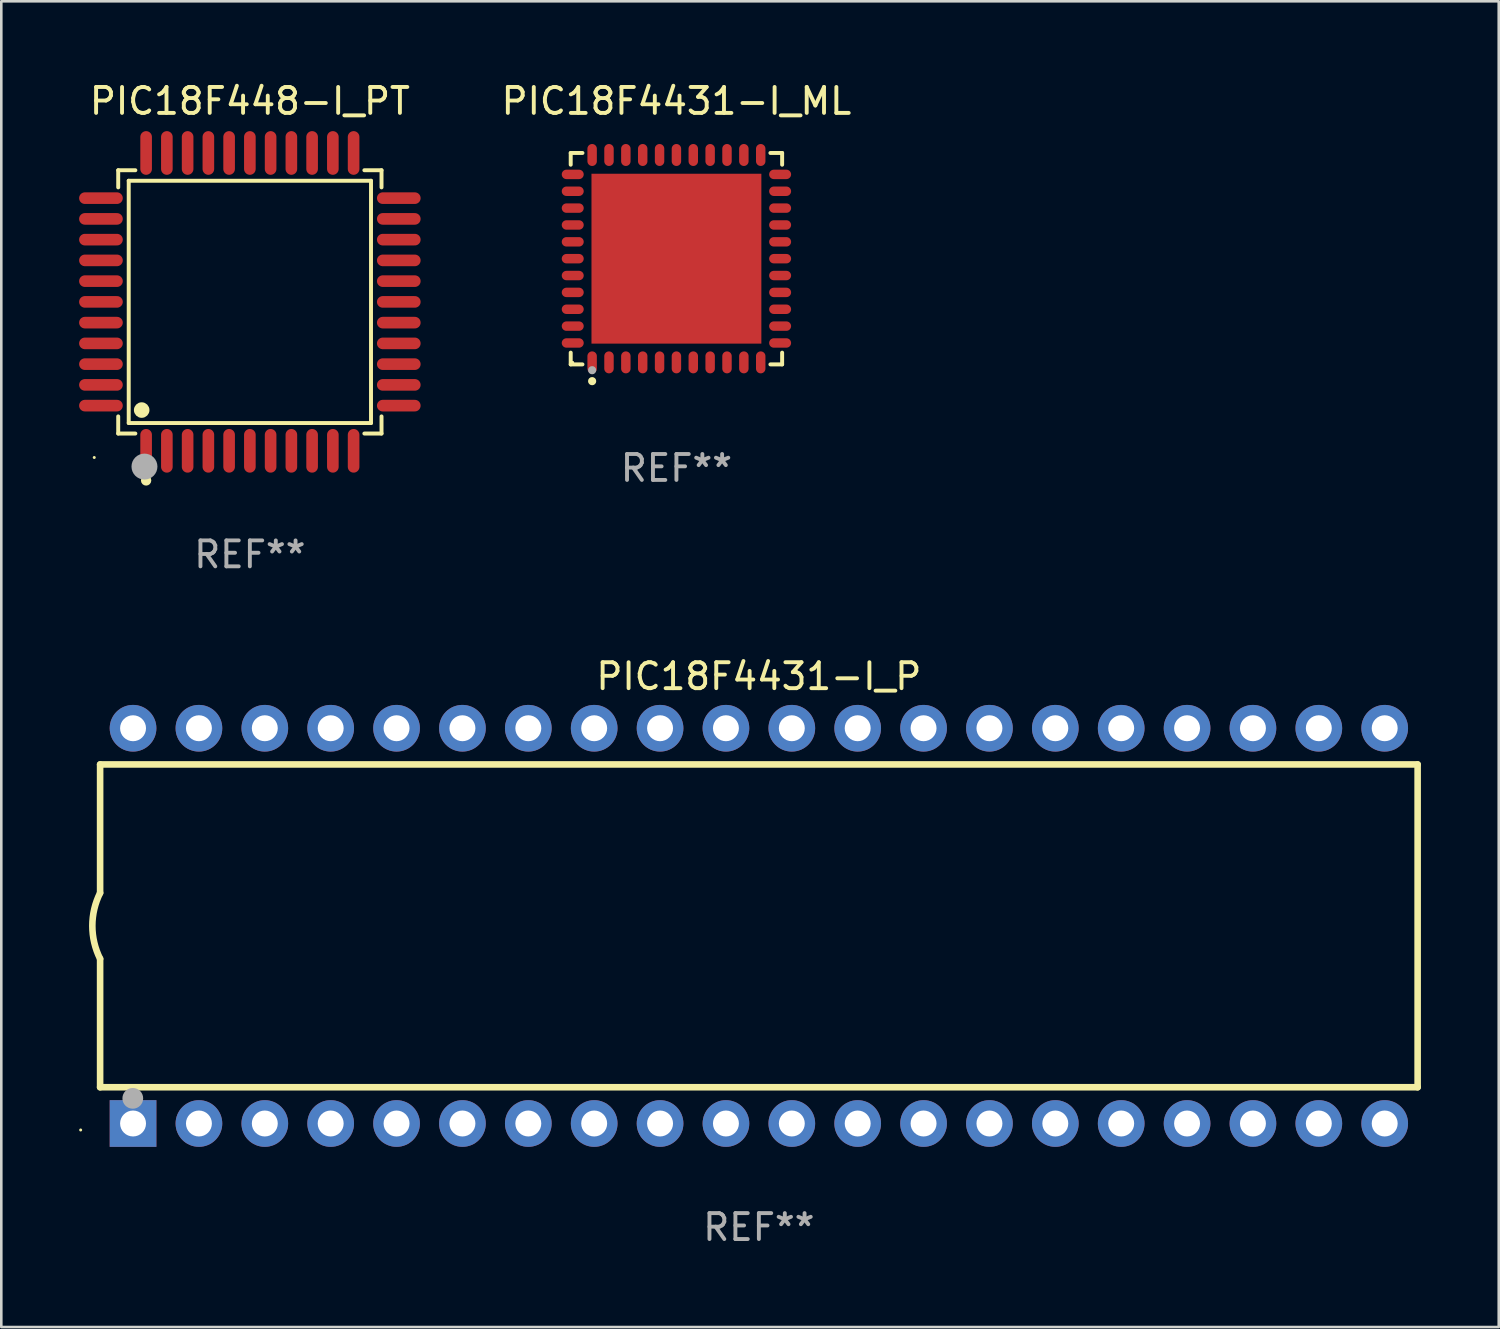
<source format=kicad_pcb>
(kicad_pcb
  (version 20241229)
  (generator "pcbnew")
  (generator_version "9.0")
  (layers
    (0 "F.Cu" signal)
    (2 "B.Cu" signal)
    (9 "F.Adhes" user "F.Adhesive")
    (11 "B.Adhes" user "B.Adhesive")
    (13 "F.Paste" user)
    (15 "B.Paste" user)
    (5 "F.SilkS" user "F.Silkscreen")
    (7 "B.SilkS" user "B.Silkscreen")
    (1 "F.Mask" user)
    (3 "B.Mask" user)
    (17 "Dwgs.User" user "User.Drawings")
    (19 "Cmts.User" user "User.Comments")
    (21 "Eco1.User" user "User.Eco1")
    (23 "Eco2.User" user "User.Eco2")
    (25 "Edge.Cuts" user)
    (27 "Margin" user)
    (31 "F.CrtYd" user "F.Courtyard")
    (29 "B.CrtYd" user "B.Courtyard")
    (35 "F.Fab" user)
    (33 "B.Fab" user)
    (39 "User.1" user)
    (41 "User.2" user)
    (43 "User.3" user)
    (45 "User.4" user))
  (footprint "PIC18F4431-I_ML"
    (layer "F.Cu")
    (at 23.031 6.924)
    (property "Reference" "PIC18F4431-I_ML" (at 0 -6.076 0) (layer "F.SilkS") (effects (font (size 1 1) (thickness 0.15))))
    (attr through_hole)
    (fp_line (start -4.076 -4.076) (end -3.623 -4.076) (stroke (width 0.152) (type solid)) (layer "F.SilkS"))
    (fp_line (start -4.076 -3.623) (end -4.076 -4.076) (stroke (width 0.152) (type solid)) (layer "F.SilkS"))
    (fp_line (start -4.076 3.623) (end -4.076 4.076) (stroke (width 0.152) (type solid)) (layer "F.SilkS"))
    (fp_line (start -4.076 4.076) (end -3.623 4.076) (stroke (width 0.152) (type solid)) (layer "F.SilkS"))
    (fp_line (start 4.076 -4.076) (end 3.623 -4.076) (stroke (width 0.152) (type solid)) (layer "F.SilkS"))
    (fp_line (start 4.076 -3.623) (end 4.076 -4.076) (stroke (width 0.152) (type solid)) (layer "F.SilkS"))
    (fp_line (start 4.076 3.623) (end 4.076 4.076) (stroke (width 0.152) (type solid)) (layer "F.SilkS"))
    (fp_line (start 4.076 4.076) (end 3.623 4.076) (stroke (width 0.152) (type solid)) (layer "F.SilkS"))
    (fp_circle (center -4 4) (end -3.97 4) (stroke (width 0.06) (type solid)) (fill no) (layer "F.SilkS"))
    (fp_circle (center -3.25 4.722) (end -3.171 4.722) (stroke (width 0.158) (type solid)) (fill no) (layer "F.SilkS"))
    (fp_circle (center -3.25 4.3) (end -3.171 4.3) (stroke (width 0.158) (type solid)) (fill no) (layer "F.Fab"))
    (fp_text user "REF**" (at 0 8.076 0) (layer "F.Fab") (effects (font (size 1 1) (thickness 0.15))))
    (pad "1" smd oval (at -3.25 3.998) (size 0.364 0.847) (layers "F.Cu" "F.Mask" "F.Paste"))
    (pad "2" smd oval (at -2.6 3.998) (size 0.364 0.847) (layers "F.Cu" "F.Mask" "F.Paste"))
    (pad "3" smd oval (at -1.95 3.998) (size 0.364 0.847) (layers "F.Cu" "F.Mask" "F.Paste"))
    (pad "4" smd oval (at -1.3 3.998) (size 0.364 0.847) (layers "F.Cu" "F.Mask" "F.Paste"))
    (pad "5" smd oval (at -0.65 3.998) (size 0.364 0.847) (layers "F.Cu" "F.Mask" "F.Paste"))
    (pad "6" smd oval (at 0 3.998) (size 0.364 0.847) (layers "F.Cu" "F.Mask" "F.Paste"))
    (pad "7" smd oval (at 0.65 3.998) (size 0.364 0.847) (layers "F.Cu" "F.Mask" "F.Paste"))
    (pad "8" smd oval (at 1.3 3.998) (size 0.364 0.847) (layers "F.Cu" "F.Mask" "F.Paste"))
    (pad "9" smd oval (at 1.95 3.998) (size 0.364 0.847) (layers "F.Cu" "F.Mask" "F.Paste"))
    (pad "10" smd oval (at 2.6 3.998) (size 0.364 0.847) (layers "F.Cu" "F.Mask" "F.Paste"))
    (pad "11" smd oval (at 3.25 3.998) (size 0.364 0.847) (layers "F.Cu" "F.Mask" "F.Paste"))
    (pad "12" smd oval (at 3.998 3.25) (size 0.847 0.364) (layers "F.Cu" "F.Mask" "F.Paste"))
    (pad "13" smd oval (at 3.998 2.6) (size 0.847 0.364) (layers "F.Cu" "F.Mask" "F.Paste"))
    (pad "14" smd oval (at 3.998 1.95) (size 0.847 0.364) (layers "F.Cu" "F.Mask" "F.Paste"))
    (pad "15" smd oval (at 3.998 1.3) (size 0.847 0.364) (layers "F.Cu" "F.Mask" "F.Paste"))
    (pad "16" smd oval (at 3.998 0.65) (size 0.847 0.364) (layers "F.Cu" "F.Mask" "F.Paste"))
    (pad "17" smd oval (at 3.998 0) (size 0.847 0.364) (layers "F.Cu" "F.Mask" "F.Paste"))
    (pad "18" smd oval (at 3.998 -0.65) (size 0.847 0.364) (layers "F.Cu" "F.Mask" "F.Paste"))
    (pad "19" smd oval (at 3.998 -1.3) (size 0.847 0.364) (layers "F.Cu" "F.Mask" "F.Paste"))
    (pad "20" smd oval (at 3.998 -1.95) (size 0.847 0.364) (layers "F.Cu" "F.Mask" "F.Paste"))
    (pad "21" smd oval (at 3.998 -2.6) (size 0.847 0.364) (layers "F.Cu" "F.Mask" "F.Paste"))
    (pad "22" smd oval (at 3.998 -3.25) (size 0.847 0.364) (layers "F.Cu" "F.Mask" "F.Paste"))
    (pad "23" smd oval (at 3.25 -3.998) (size 0.364 0.847) (layers "F.Cu" "F.Mask" "F.Paste"))
    (pad "24" smd oval (at 2.6 -3.998) (size 0.364 0.847) (layers "F.Cu" "F.Mask" "F.Paste"))
    (pad "25" smd oval (at 1.95 -3.998) (size 0.364 0.847) (layers "F.Cu" "F.Mask" "F.Paste"))
    (pad "26" smd oval (at 1.3 -3.998) (size 0.364 0.847) (layers "F.Cu" "F.Mask" "F.Paste"))
    (pad "27" smd oval (at 0.65 -3.998) (size 0.364 0.847) (layers "F.Cu" "F.Mask" "F.Paste"))
    (pad "28" smd oval (at 0 -3.998) (size 0.364 0.847) (layers "F.Cu" "F.Mask" "F.Paste"))
    (pad "29" smd oval (at -0.65 -3.998) (size 0.364 0.847) (layers "F.Cu" "F.Mask" "F.Paste"))
    (pad "30" smd oval (at -1.3 -3.998) (size 0.364 0.847) (layers "F.Cu" "F.Mask" "F.Paste"))
    (pad "31" smd oval (at -1.95 -3.998) (size 0.364 0.847) (layers "F.Cu" "F.Mask" "F.Paste"))
    (pad "32" smd oval (at -2.6 -3.998) (size 0.364 0.847) (layers "F.Cu" "F.Mask" "F.Paste"))
    (pad "33" smd oval (at -3.25 -3.998) (size 0.364 0.847) (layers "F.Cu" "F.Mask" "F.Paste"))
    (pad "34" smd oval (at -3.998 -3.25) (size 0.847 0.364) (layers "F.Cu" "F.Mask" "F.Paste"))
    (pad "35" smd oval (at -3.998 -2.6) (size 0.847 0.364) (layers "F.Cu" "F.Mask" "F.Paste"))
    (pad "36" smd oval (at -3.998 -1.95) (size 0.847 0.364) (layers "F.Cu" "F.Mask" "F.Paste"))
    (pad "37" smd oval (at -3.998 -1.3) (size 0.847 0.364) (layers "F.Cu" "F.Mask" "F.Paste"))
    (pad "38" smd oval (at -3.998 -0.65) (size 0.847 0.364) (layers "F.Cu" "F.Mask" "F.Paste"))
    (pad "39" smd oval (at -3.998 0) (size 0.847 0.364) (layers "F.Cu" "F.Mask" "F.Paste"))
    (pad "40" smd oval (at -3.998 0.65) (size 0.847 0.364) (layers "F.Cu" "F.Mask" "F.Paste"))
    (pad "41" smd oval (at -3.998 1.3) (size 0.847 0.364) (layers "F.Cu" "F.Mask" "F.Paste"))
    (pad "42" smd oval (at -3.998 1.95) (size 0.847 0.364) (layers "F.Cu" "F.Mask" "F.Paste"))
    (pad "43" smd oval (at -3.998 2.6) (size 0.847 0.364) (layers "F.Cu" "F.Mask" "F.Paste"))
    (pad "44" smd oval (at -3.998 3.25) (size 0.847 0.364) (layers "F.Cu" "F.Mask" "F.Paste"))
    (pad "45" smd rect (at 0 0) (size 6.55 6.55) (layers "F.Cu" "F.Mask" "F.Paste")))
  (footprint "PIC18F4431-I_P"
    (layer "F.Cu")
    (at 26.21 32.649)
    (property "Reference" "PIC18F4431-I_P" (at 0 -9.62 0) (layer "F.SilkS") (effects (font (size 1 1) (thickness 0.15))))
    (attr through_hole)
    (fp_line (start -25.4 -6.224) (end -25.4 -1.271) (stroke (width 0.254) (type solid)) (layer "F.SilkS"))
    (fp_line (start -25.4 -6.224) (end 25.4 -6.224) (stroke (width 0.254) (type solid)) (layer "F.SilkS"))
    (fp_line (start -25.4 1.269) (end -25.4 6.222) (stroke (width 0.254) (type solid)) (layer "F.SilkS"))
    (fp_line (start -25.4 6.222) (end 25.4 6.222) (stroke (width 0.254) (type solid)) (layer "F.SilkS"))
    (fp_line (start 25.4 6.222) (end 25.4 -6.224) (stroke (width 0.254) (type solid)) (layer "F.SilkS"))
    (fp_arc (start -25.4 1.269241) (mid -25.699807 -0.000762) (end -25.4 -1.270765) (stroke (width 0.254001) (type solid)) (layer "F.SilkS"))
    (fp_circle (center -26.15 7.87) (end -26.12 7.87) (stroke (width 0.06) (type solid)) (fill no) (layer "F.SilkS"))
    (fp_circle (center -24.14 6.65) (end -23.94 6.65) (stroke (width 0.4) (type solid)) (fill no) (layer "F.Fab"))
    (fp_text user "REF**" (at 0 11.62 0) (layer "F.Fab") (effects (font (size 1 1) (thickness 0.15))))
    (pad "1" thru_hole rect (at -24.13 7.62 90) (size 1.8 1.8) (drill 1) (layers "*.Cu" "*.Mask"))
    (pad "2" thru_hole circle (at -21.59 7.62) (size 1.8 1.8) (drill 1) (layers "*.Cu" "*.Mask"))
    (pad "3" thru_hole circle (at -19.05 7.62) (size 1.8 1.8) (drill 1) (layers "*.Cu" "*.Mask"))
    (pad "4" thru_hole circle (at -16.51 7.62) (size 1.8 1.8) (drill 1) (layers "*.Cu" "*.Mask"))
    (pad "5" thru_hole circle (at -13.97 7.62) (size 1.8 1.8) (drill 1) (layers "*.Cu" "*.Mask"))
    (pad "6" thru_hole circle (at -11.43 7.62) (size 1.8 1.8) (drill 1) (layers "*.Cu" "*.Mask"))
    (pad "7" thru_hole circle (at -8.89 7.62) (size 1.8 1.8) (drill 1) (layers "*.Cu" "*.Mask"))
    (pad "8" thru_hole circle (at -6.35 7.62) (size 1.8 1.8) (drill 1) (layers "*.Cu" "*.Mask"))
    (pad "9" thru_hole circle (at -3.81 7.62) (size 1.8 1.8) (drill 1) (layers "*.Cu" "*.Mask"))
    (pad "10" thru_hole circle (at -1.27 7.62) (size 1.8 1.8) (drill 1) (layers "*.Cu" "*.Mask"))
    (pad "11" thru_hole circle (at 1.27 7.62) (size 1.8 1.8) (drill 1) (layers "*.Cu" "*.Mask"))
    (pad "12" thru_hole circle (at 3.81 7.62) (size 1.8 1.8) (drill 1) (layers "*.Cu" "*.Mask"))
    (pad "13" thru_hole circle (at 6.35 7.62) (size 1.8 1.8) (drill 1) (layers "*.Cu" "*.Mask"))
    (pad "14" thru_hole circle (at 8.89 7.62) (size 1.8 1.8) (drill 1) (layers "*.Cu" "*.Mask"))
    (pad "15" thru_hole circle (at 11.43 7.62) (size 1.8 1.8) (drill 1) (layers "*.Cu" "*.Mask"))
    (pad "16" thru_hole circle (at 13.97 7.62) (size 1.8 1.8) (drill 1) (layers "*.Cu" "*.Mask"))
    (pad "17" thru_hole circle (at 16.51 7.62) (size 1.8 1.8) (drill 1) (layers "*.Cu" "*.Mask"))
    (pad "18" thru_hole circle (at 19.05 7.62) (size 1.8 1.8) (drill 1) (layers "*.Cu" "*.Mask"))
    (pad "19" thru_hole circle (at 21.59 7.62) (size 1.8 1.8) (drill 1) (layers "*.Cu" "*.Mask"))
    (pad "20" thru_hole circle (at 24.13 7.62) (size 1.8 1.8) (drill 1) (layers "*.Cu" "*.Mask"))
    (pad "21" thru_hole circle (at 24.13 -7.62) (size 1.8 1.8) (drill 1) (layers "*.Cu" "*.Mask"))
    (pad "22" thru_hole circle (at 21.59 -7.62) (size 1.8 1.8) (drill 1) (layers "*.Cu" "*.Mask"))
    (pad "23" thru_hole circle (at 19.05 -7.62) (size 1.8 1.8) (drill 1) (layers "*.Cu" "*.Mask"))
    (pad "24" thru_hole circle (at 16.51 -7.62) (size 1.8 1.8) (drill 1) (layers "*.Cu" "*.Mask"))
    (pad "25" thru_hole circle (at 13.97 -7.62) (size 1.8 1.8) (drill 1) (layers "*.Cu" "*.Mask"))
    (pad "26" thru_hole circle (at 11.43 -7.62) (size 1.8 1.8) (drill 1) (layers "*.Cu" "*.Mask"))
    (pad "27" thru_hole circle (at 8.89 -7.62) (size 1.8 1.8) (drill 1) (layers "*.Cu" "*.Mask"))
    (pad "28" thru_hole circle (at 6.35 -7.62) (size 1.8 1.8) (drill 1) (layers "*.Cu" "*.Mask"))
    (pad "29" thru_hole circle (at 3.81 -7.62) (size 1.8 1.8) (drill 1) (layers "*.Cu" "*.Mask"))
    (pad "30" thru_hole circle (at 1.27 -7.62) (size 1.8 1.8) (drill 1) (layers "*.Cu" "*.Mask"))
    (pad "31" thru_hole circle (at -1.27 -7.62) (size 1.8 1.8) (drill 1) (layers "*.Cu" "*.Mask"))
    (pad "32" thru_hole circle (at -3.81 -7.62) (size 1.8 1.8) (drill 1) (layers "*.Cu" "*.Mask"))
    (pad "33" thru_hole circle (at -6.35 -7.62) (size 1.8 1.8) (drill 1) (layers "*.Cu" "*.Mask"))
    (pad "34" thru_hole circle (at -8.89 -7.62) (size 1.8 1.8) (drill 1) (layers "*.Cu" "*.Mask"))
    (pad "35" thru_hole circle (at -11.43 -7.62) (size 1.8 1.8) (drill 1) (layers "*.Cu" "*.Mask"))
    (pad "36" thru_hole circle (at -13.97 -7.62) (size 1.8 1.8) (drill 1) (layers "*.Cu" "*.Mask"))
    (pad "37" thru_hole circle (at -16.51 -7.62) (size 1.8 1.8) (drill 1) (layers "*.Cu" "*.Mask"))
    (pad "38" thru_hole circle (at -19.05 -7.62) (size 1.8 1.8) (drill 1) (layers "*.Cu" "*.Mask"))
    (pad "39" thru_hole circle (at -21.59 -7.62) (size 1.8 1.8) (drill 1) (layers "*.Cu" "*.Mask"))
    (pad "40" thru_hole circle (at -24.13 -7.62) (size 1.8 1.8) (drill 1) (layers "*.Cu" "*.Mask")))
  (footprint "PIC18F448-I_PT"
    (layer "F.Cu")
    (at 6.584 8.59)
    (property "Reference" "PIC18F448-I_PT" (at 0 -7.742 0) (layer "F.SilkS") (effects (font (size 1 1) (thickness 0.15))))
    (attr through_hole)
    (fp_line (start -5.076 -5.076) (end -4.415 -5.076) (stroke (width 0.152) (type solid)) (layer "F.SilkS"))
    (fp_line (start -5.076 -4.415) (end -5.076 -5.076) (stroke (width 0.152) (type solid)) (layer "F.SilkS"))
    (fp_line (start -5.076 4.415) (end -5.076 5.076) (stroke (width 0.152) (type solid)) (layer "F.SilkS"))
    (fp_line (start -5.076 5.076) (end -4.415 5.076) (stroke (width 0.152) (type solid)) (layer "F.SilkS"))
    (fp_line (start -4.671 -4.671) (end 4.671 -4.671) (stroke (width 0.152) (type solid)) (layer "F.SilkS"))
    (fp_line (start -4.671 4.671) (end -4.671 -4.671) (stroke (width 0.152) (type solid)) (layer "F.SilkS"))
    (fp_line (start 4.671 -4.671) (end 4.671 4.671) (stroke (width 0.152) (type solid)) (layer "F.SilkS"))
    (fp_line (start 4.671 4.671) (end -4.671 4.671) (stroke (width 0.152) (type solid)) (layer "F.SilkS"))
    (fp_line (start 5.076 -5.076) (end 4.415 -5.076) (stroke (width 0.152) (type solid)) (layer "F.SilkS"))
    (fp_line (start 5.076 -4.415) (end 5.076 -5.076) (stroke (width 0.152) (type solid)) (layer "F.SilkS"))
    (fp_line (start 5.076 4.415) (end 5.076 5.076) (stroke (width 0.152) (type solid)) (layer "F.SilkS"))
    (fp_line (start 5.076 5.076) (end 4.415 5.076) (stroke (width 0.152) (type solid)) (layer "F.SilkS"))
    (fp_circle (center -6 6) (end -5.97 6) (stroke (width 0.06) (type solid)) (fill no) (layer "F.SilkS"))
    (fp_circle (center -4.171 4.171) (end -4.021 4.171) (stroke (width 0.3) (type solid)) (fill no) (layer "F.SilkS"))
    (fp_circle (center -4 6.884) (end -3.9 6.884) (stroke (width 0.2) (type solid)) (fill no) (layer "F.SilkS"))
    (fp_circle (center -4.064 6.35) (end -3.814 6.35) (stroke (width 0.5) (type solid)) (fill no) (layer "F.Fab"))
    (fp_text user "REF**" (at 0 9.742 0) (layer "F.Fab") (effects (font (size 1 1) (thickness 0.15))))
    (pad "1" smd oval (at -4 5.742) (size 0.448 1.684) (layers "F.Cu" "F.Mask" "F.Paste"))
    (pad "2" smd oval (at -3.2 5.742) (size 0.448 1.684) (layers "F.Cu" "F.Mask" "F.Paste"))
    (pad "3" smd oval (at -2.4 5.742) (size 0.448 1.684) (layers "F.Cu" "F.Mask" "F.Paste"))
    (pad "4" smd oval (at -1.6 5.742) (size 0.448 1.684) (layers "F.Cu" "F.Mask" "F.Paste"))
    (pad "5" smd oval (at -0.8 5.742) (size 0.448 1.684) (layers "F.Cu" "F.Mask" "F.Paste"))
    (pad "6" smd oval (at 0 5.742) (size 0.448 1.684) (layers "F.Cu" "F.Mask" "F.Paste"))
    (pad "7" smd oval (at 0.8 5.742) (size 0.448 1.684) (layers "F.Cu" "F.Mask" "F.Paste"))
    (pad "8" smd oval (at 1.6 5.742) (size 0.448 1.684) (layers "F.Cu" "F.Mask" "F.Paste"))
    (pad "9" smd oval (at 2.4 5.742) (size 0.448 1.684) (layers "F.Cu" "F.Mask" "F.Paste"))
    (pad "10" smd oval (at 3.2 5.742) (size 0.448 1.684) (layers "F.Cu" "F.Mask" "F.Paste"))
    (pad "11" smd oval (at 4 5.742) (size 0.448 1.684) (layers "F.Cu" "F.Mask" "F.Paste"))
    (pad "12" smd oval (at 5.742 4) (size 1.684 0.448) (layers "F.Cu" "F.Mask" "F.Paste"))
    (pad "13" smd oval (at 5.742 3.2) (size 1.684 0.448) (layers "F.Cu" "F.Mask" "F.Paste"))
    (pad "14" smd oval (at 5.742 2.4) (size 1.684 0.448) (layers "F.Cu" "F.Mask" "F.Paste"))
    (pad "15" smd oval (at 5.742 1.6) (size 1.684 0.448) (layers "F.Cu" "F.Mask" "F.Paste"))
    (pad "16" smd oval (at 5.742 0.8) (size 1.684 0.448) (layers "F.Cu" "F.Mask" "F.Paste"))
    (pad "17" smd oval (at 5.742 0) (size 1.684 0.448) (layers "F.Cu" "F.Mask" "F.Paste"))
    (pad "18" smd oval (at 5.742 -0.8) (size 1.684 0.448) (layers "F.Cu" "F.Mask" "F.Paste"))
    (pad "19" smd oval (at 5.742 -1.6) (size 1.684 0.448) (layers "F.Cu" "F.Mask" "F.Paste"))
    (pad "20" smd oval (at 5.742 -2.4) (size 1.684 0.448) (layers "F.Cu" "F.Mask" "F.Paste"))
    (pad "21" smd oval (at 5.742 -3.2) (size 1.684 0.448) (layers "F.Cu" "F.Mask" "F.Paste"))
    (pad "22" smd oval (at 5.742 -4) (size 1.684 0.448) (layers "F.Cu" "F.Mask" "F.Paste"))
    (pad "23" smd oval (at 4 -5.742) (size 0.448 1.684) (layers "F.Cu" "F.Mask" "F.Paste"))
    (pad "24" smd oval (at 3.2 -5.742) (size 0.448 1.684) (layers "F.Cu" "F.Mask" "F.Paste"))
    (pad "25" smd oval (at 2.4 -5.742) (size 0.448 1.684) (layers "F.Cu" "F.Mask" "F.Paste"))
    (pad "26" smd oval (at 1.6 -5.742) (size 0.448 1.684) (layers "F.Cu" "F.Mask" "F.Paste"))
    (pad "27" smd oval (at 0.8 -5.742) (size 0.448 1.684) (layers "F.Cu" "F.Mask" "F.Paste"))
    (pad "28" smd oval (at 0 -5.742) (size 0.448 1.684) (layers "F.Cu" "F.Mask" "F.Paste"))
    (pad "29" smd oval (at -0.8 -5.742) (size 0.448 1.684) (layers "F.Cu" "F.Mask" "F.Paste"))
    (pad "30" smd oval (at -1.6 -5.742) (size 0.448 1.684) (layers "F.Cu" "F.Mask" "F.Paste"))
    (pad "31" smd oval (at -2.4 -5.742) (size 0.448 1.684) (layers "F.Cu" "F.Mask" "F.Paste"))
    (pad "32" smd oval (at -3.2 -5.742) (size 0.448 1.684) (layers "F.Cu" "F.Mask" "F.Paste"))
    (pad "33" smd oval (at -4 -5.742) (size 0.448 1.684) (layers "F.Cu" "F.Mask" "F.Paste"))
    (pad "34" smd oval (at -5.742 -4) (size 1.684 0.448) (layers "F.Cu" "F.Mask" "F.Paste"))
    (pad "35" smd oval (at -5.742 -3.2) (size 1.684 0.448) (layers "F.Cu" "F.Mask" "F.Paste"))
    (pad "36" smd oval (at -5.742 -2.4) (size 1.684 0.448) (layers "F.Cu" "F.Mask" "F.Paste"))
    (pad "37" smd oval (at -5.742 -1.6) (size 1.684 0.448) (layers "F.Cu" "F.Mask" "F.Paste"))
    (pad "38" smd oval (at -5.742 -0.8) (size 1.684 0.448) (layers "F.Cu" "F.Mask" "F.Paste"))
    (pad "39" smd oval (at -5.742 0) (size 1.684 0.448) (layers "F.Cu" "F.Mask" "F.Paste"))
    (pad "40" smd oval (at -5.742 0.8) (size 1.684 0.448) (layers "F.Cu" "F.Mask" "F.Paste"))
    (pad "41" smd oval (at -5.742 1.6) (size 1.684 0.448) (layers "F.Cu" "F.Mask" "F.Paste"))
    (pad "42" smd oval (at -5.742 2.4) (size 1.684 0.448) (layers "F.Cu" "F.Mask" "F.Paste"))
    (pad "43" smd oval (at -5.742 3.2) (size 1.684 0.448) (layers "F.Cu" "F.Mask" "F.Paste"))
    (pad "44" smd oval (at -5.742 4) (size 1.684 0.448) (layers "F.Cu" "F.Mask" "F.Paste")))
  (gr_rect
    (start -3 -3)
    (end 54.737 48.117)
    (stroke (width 0.1) (type default))
    (fill no)
    (layer "Edge.Cuts")))
</source>
